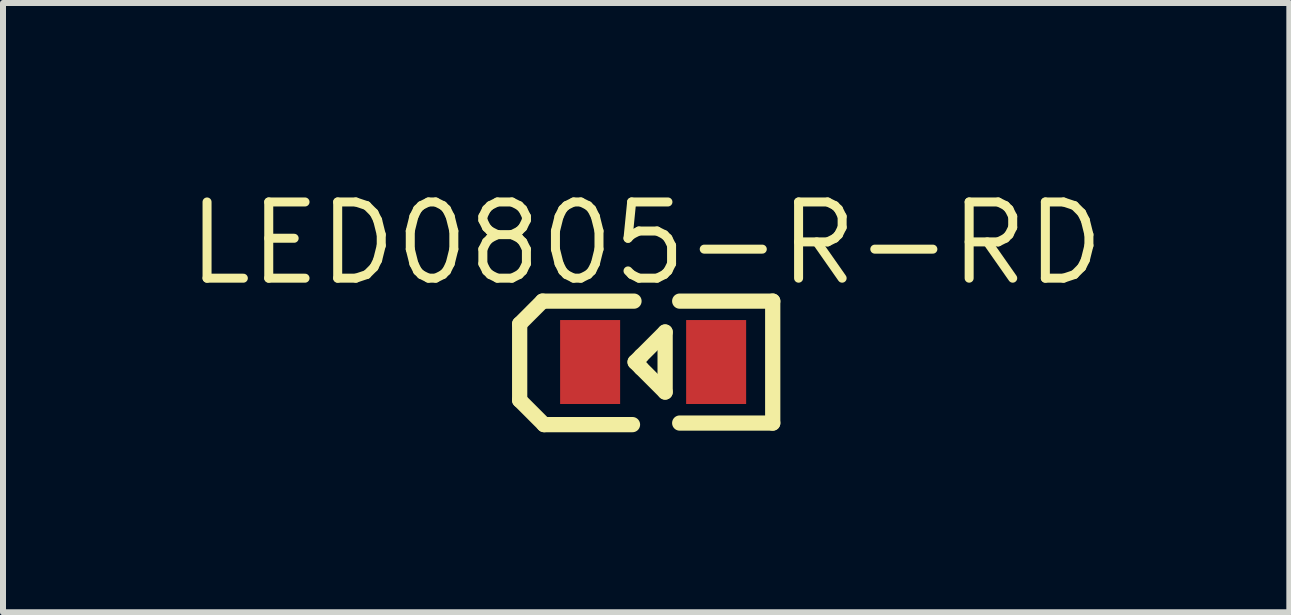
<source format=kicad_pcb>
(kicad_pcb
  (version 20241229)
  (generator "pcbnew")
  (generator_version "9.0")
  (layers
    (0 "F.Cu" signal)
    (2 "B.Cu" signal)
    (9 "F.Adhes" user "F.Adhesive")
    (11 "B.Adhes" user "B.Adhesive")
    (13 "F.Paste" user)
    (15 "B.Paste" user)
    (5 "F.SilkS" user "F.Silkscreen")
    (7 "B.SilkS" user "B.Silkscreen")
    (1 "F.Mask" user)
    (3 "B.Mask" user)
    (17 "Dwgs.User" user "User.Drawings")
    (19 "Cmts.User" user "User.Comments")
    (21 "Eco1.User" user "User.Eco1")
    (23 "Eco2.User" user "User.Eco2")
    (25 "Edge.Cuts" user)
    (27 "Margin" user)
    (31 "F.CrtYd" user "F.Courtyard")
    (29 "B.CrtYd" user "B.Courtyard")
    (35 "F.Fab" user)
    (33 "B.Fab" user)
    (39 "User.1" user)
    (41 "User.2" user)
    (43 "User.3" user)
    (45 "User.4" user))
  (footprint "LED0805-R-RD"
    (layer "F.Cu")
    (at 7.834 2.983)
    (property "Reference" "LED0805-R-RD" (at -0.116 -1.977 0) (layer "F.SilkS") (effects (font (size 1.27 1.27) (thickness 0.15))))
    (fp_line (start -2.224 -0.634) (end -1.843 -1.015) (stroke (width 0.254) (type default)) (layer "F.SilkS"))
    (fp_line (start -2.224 0.636) (end -2.224 -0.634) (stroke (width 0.254) (type default)) (layer "F.SilkS"))
    (fp_line (start -1.843 -1.015) (end -0.319 -1.015) (stroke (width 0.254) (type default)) (layer "F.SilkS"))
    (fp_line (start -1.817 1.043) (end -2.224 0.636) (stroke (width 0.254) (type default)) (layer "F.SilkS"))
    (fp_line (start -0.344 1.043) (end -1.817 1.043) (stroke (width 0.254) (type default)) (layer "F.SilkS"))
    (fp_line (start -0.3 0) (end -0.2 0.1) (stroke (width 0.254) (type default)) (layer "F.SilkS"))
    (fp_line (start -0.2 -0.1) (end -0.3 0) (stroke (width 0.254) (type default)) (layer "F.SilkS"))
    (fp_line (start -0.2 0.1) (end 0.2 0.5) (stroke (width 0.254) (type default)) (layer "F.SilkS"))
    (fp_line (start 0.2 -0.5) (end -0.2 -0.1) (stroke (width 0.254) (type default)) (layer "F.SilkS"))
    (fp_line (start 0.2 -0.5) (end 0.2 0.5) (stroke (width 0.254) (type default)) (layer "F.SilkS"))
    (fp_line (start 0.443 1.017) (end 1.993 1.017) (stroke (width 0.254) (type default)) (layer "F.SilkS"))
    (fp_line (start 1.993 -1.015) (end 0.443 -1.015) (stroke (width 0.254) (type default)) (layer "F.SilkS"))
    (fp_line (start 1.993 1.017) (end 1.993 -1.015) (stroke (width 0.254) (type default)) (layer "F.SilkS"))
    (fp_circle (center 1 -0.625) (end 1.03 -0.625) (stroke (width 0.06) (type default)) (fill no) (layer "User.5"))
    (pad "1" smd rect (at 1.05 0 180) (size 1 1.399) (layers "F.Cu" "F.Mask" "F.Paste"))
    (pad "2" smd rect (at -1.05 0 180) (size 1 1.399) (layers "F.Cu" "F.Mask" "F.Paste"))
    (zone (net_name "") (layer "Dwgs.User") (hatch edge 0.5) (priority 100) (connect_pads yes) (min_thickness 0) (filled_areas_thickness no) (fill yes) (polygon (pts (xy 7.339 3.092) (xy 6.239 3.092) (xy 6.239 2.892) (xy 7.339 2.892))) (filled_polygon (layer "Dwgs.User") (island) (pts (xy 7.339 3.092) (xy 6.239 3.092) (xy 6.239 2.892) (xy 7.339 2.892))))
    (zone (net_name "") (layer "Dwgs.User") (hatch edge 0.5) (priority 100) (connect_pads yes) (min_thickness 0) (filled_areas_thickness no) (fill yes) (polygon (pts (xy 8.328 2.923) (xy 9.428 2.923) (xy 9.428 3.123) (xy 8.328 3.123))) (filled_polygon (layer "Dwgs.User") (island) (pts (xy 8.328 2.923) (xy 9.428 2.923) (xy 9.428 3.123) (xy 8.328 3.123))))
    (zone (net_name "") (layer "Dwgs.User") (hatch edge 0.5) (priority 100) (connect_pads yes) (min_thickness 0) (filled_areas_thickness no) (fill yes) (polygon (pts (xy 8.775 3.539) (xy 8.775 2.439) (xy 8.975 2.439) (xy 8.975 3.539))) (filled_polygon (layer "Dwgs.User") (island) (pts (xy 8.775 3.539) (xy 8.775 2.439) (xy 8.975 2.439) (xy 8.975 3.539))))
    (zone (net_name "") (layer "User.3") (hatch edge 0.5) (priority 100) (connect_pads yes) (min_thickness 0) (filled_areas_thickness no) (fill yes) (polygon (pts (xy 6.834 3.608) (xy 6.834 2.358) (xy 8.834 2.358) (xy 8.834 3.608))) (filled_polygon (layer "User.3") (island) (pts (xy 6.834 3.608) (xy 6.834 2.358) (xy 8.834 2.358) (xy 8.834 3.608))))
    (zone (net_name "") (layer "User.4") (hatch edge 0.5) (priority 100) (connect_pads yes) (min_thickness 0) (filled_areas_thickness no) (fill yes) (polygon (pts (xy 7.234 3.608) (xy 6.834 3.608) (xy 6.834 2.358) (xy 7.234 2.358))) (filled_polygon (layer "User.4") (island) (pts (xy 7.234 3.608) (xy 6.834 3.608) (xy 6.834 2.358) (xy 7.234 2.358))))
    (zone (net_name "") (layer "User.4") (hatch edge 0.5) (priority 100) (connect_pads yes) (min_thickness 0) (filled_areas_thickness no) (fill yes) (polygon (pts (xy 8.834 3.608) (xy 8.434 3.608) (xy 8.434 2.358) (xy 8.834 2.358))) (filled_polygon (layer "User.4") (island) (pts (xy 8.834 3.608) (xy 8.434 3.608) (xy 8.434 2.358) (xy 8.834 2.358)))))
  (gr_rect
    (start -3 -3)
    (end 18.436 7.153)
    (stroke (width 0.1) (type default))
    (fill no)
    (layer "Edge.Cuts")))
</source>
